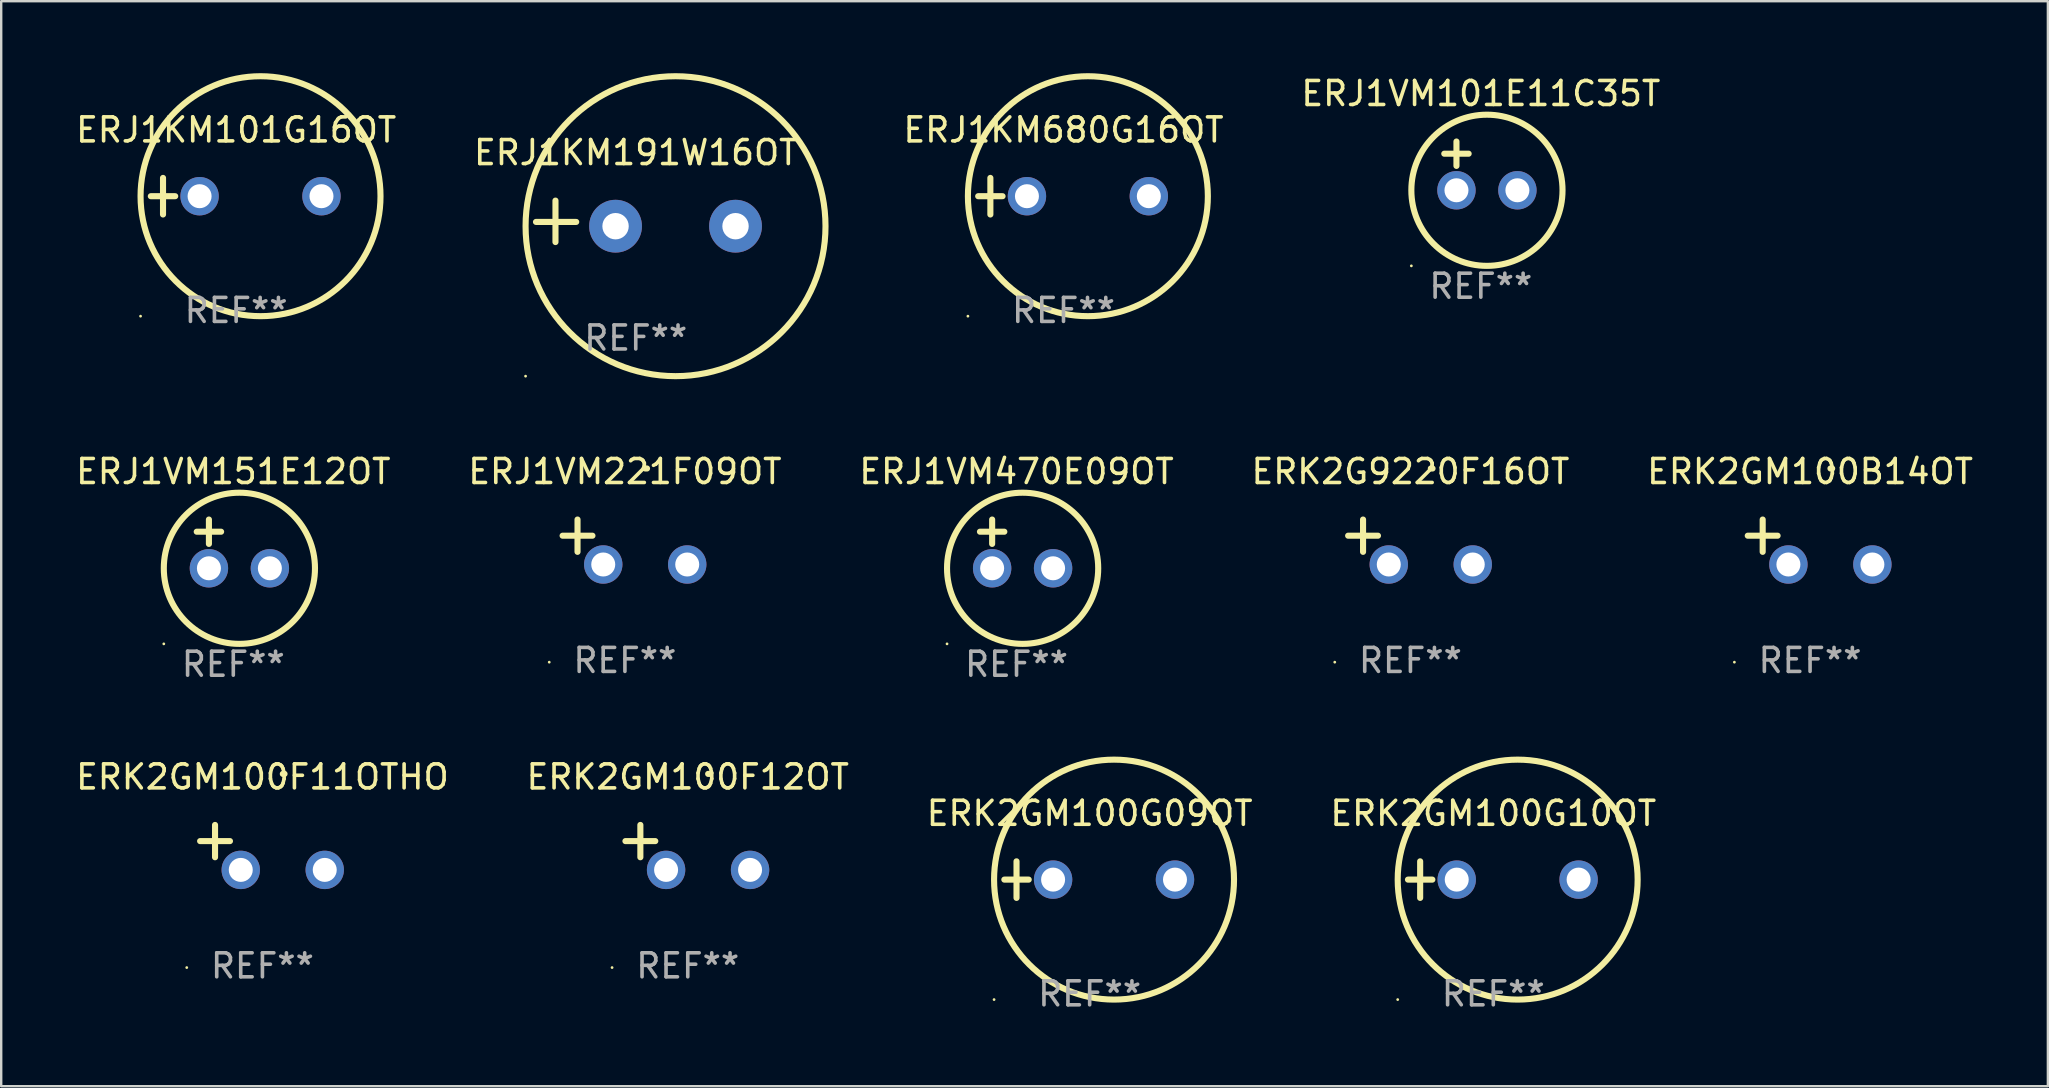
<source format=kicad_pcb>
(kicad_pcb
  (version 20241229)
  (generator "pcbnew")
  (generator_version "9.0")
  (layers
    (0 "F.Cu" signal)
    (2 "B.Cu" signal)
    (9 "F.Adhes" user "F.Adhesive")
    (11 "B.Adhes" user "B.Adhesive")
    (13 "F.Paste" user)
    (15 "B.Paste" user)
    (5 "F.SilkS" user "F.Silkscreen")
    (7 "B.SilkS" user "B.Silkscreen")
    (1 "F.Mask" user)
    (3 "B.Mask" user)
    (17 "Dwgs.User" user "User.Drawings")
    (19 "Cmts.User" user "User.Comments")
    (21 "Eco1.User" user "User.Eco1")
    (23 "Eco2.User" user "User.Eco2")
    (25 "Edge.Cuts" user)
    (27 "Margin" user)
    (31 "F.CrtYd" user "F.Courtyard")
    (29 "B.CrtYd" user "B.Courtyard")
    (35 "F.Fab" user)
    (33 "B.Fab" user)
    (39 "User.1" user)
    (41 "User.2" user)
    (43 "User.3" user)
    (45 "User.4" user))
  (footprint "ERJ1KM101G16OT"
    (layer "F.Cu")
    (at 6.792 5.127)
    (property "Reference" "ERJ1KM101G16OT" (at 0 -2.762 0) (layer "F.SilkS") (effects (font (size 1 1) (thickness 0.15))))
    (attr through_hole)
    (fp_line (start -3.556 0) (end -2.54 0) (stroke (width 0.254) (type solid)) (layer "F.SilkS"))
    (fp_line (start -3.048 -0.762) (end -3.048 0.762) (stroke (width 0.254) (type solid)) (layer "F.SilkS"))
    (fp_circle (center -3.984 5) (end -3.954 5) (stroke (width 0.06) (type solid)) (fill no) (layer "F.SilkS"))
    (fp_circle (center 1.016 0) (end 6.016 0) (stroke (width 0.254) (type solid)) (fill no) (layer "F.SilkS"))
    (fp_text user "REF**" (at 0 4.762 0) (layer "F.Fab") (effects (font (size 1 1) (thickness 0.15))))
    (pad "1" thru_hole circle (at -1.524 0) (size 1.6 1.6) (drill 1) (layers "*.Cu" "*.Mask"))
    (pad "2" thru_hole circle (at 3.556 0) (size 1.6 1.6) (drill 1) (layers "*.Cu" "*.Mask")))
  (footprint "ERK2GM100B14OT"
    (layer "F.Cu")
    (at 72.387 19.539)
    (property "Reference" "ERK2GM100B14OT" (at 0 -2.937 0) (layer "F.SilkS") (effects (font (size 1 1) (thickness 0.15))))
    (attr through_hole)
    (fp_line (start -1.975 0.41) (end -1.975 -0.937) (stroke (width 0.254) (type solid)) (layer "F.SilkS"))
    (fp_line (start -1.353 -0.263) (end -2.597 -0.263) (stroke (width 0.254) (type solid)) (layer "F.SilkS"))
    (fp_arc (start 0.849809 -3.063957) (mid 0.885369 -3.064114) (end 0.920929 -3.063957) (stroke (width 0.254001) (type solid)) (layer "F.SilkS"))
    (fp_circle (center -3.154 5.008) (end -3.124 5.008) (stroke (width 0.06) (type solid)) (fill no) (layer "F.SilkS"))
    (fp_text user "REF**" (at 0 4.937 0) (layer "F.Fab") (effects (font (size 1 1) (thickness 0.15))))
    (pad "1" thru_hole circle (at -0.903 0.937) (size 1.6 1.6) (drill 1) (layers "*.Cu" "*.Mask"))
    (pad "2" thru_hole circle (at 2.597 0.937) (size 1.6 1.6) (drill 1) (layers "*.Cu" "*.Mask")))
  (footprint "ERJ1VM221F09OT"
    (layer "F.Cu")
    (at 22.994 19.539)
    (property "Reference" "ERJ1VM221F09OT" (at 0 -2.937 0) (layer "F.SilkS") (effects (font (size 1 1) (thickness 0.15))))
    (attr through_hole)
    (fp_line (start -1.975 0.41) (end -1.975 -0.937) (stroke (width 0.254) (type solid)) (layer "F.SilkS"))
    (fp_line (start -1.353 -0.263) (end -2.597 -0.263) (stroke (width 0.254) (type solid)) (layer "F.SilkS"))
    (fp_arc (start 0.849809 -3.063957) (mid 0.885369 -3.064114) (end 0.920929 -3.063957) (stroke (width 0.254001) (type solid)) (layer "F.SilkS"))
    (fp_circle (center -3.154 5.008) (end -3.124 5.008) (stroke (width 0.06) (type solid)) (fill no) (layer "F.SilkS"))
    (fp_text user "REF**" (at 0 4.937 0) (layer "F.Fab") (effects (font (size 1 1) (thickness 0.15))))
    (pad "1" thru_hole circle (at -0.903 0.937) (size 1.6 1.6) (drill 1) (layers "*.Cu" "*.Mask"))
    (pad "2" thru_hole circle (at 2.597 0.937) (size 1.6 1.6) (drill 1) (layers "*.Cu" "*.Mask")))
  (footprint "ERK2G9220F16OT"
    (layer "F.Cu")
    (at 55.732 19.539)
    (property "Reference" "ERK2G9220F16OT" (at 0 -2.937 0) (layer "F.SilkS") (effects (font (size 1 1) (thickness 0.15))))
    (attr through_hole)
    (fp_line (start -1.975 0.41) (end -1.975 -0.937) (stroke (width 0.254) (type solid)) (layer "F.SilkS"))
    (fp_line (start -1.353 -0.263) (end -2.597 -0.263) (stroke (width 0.254) (type solid)) (layer "F.SilkS"))
    (fp_arc (start 0.849809 -3.063957) (mid 0.885369 -3.064114) (end 0.920929 -3.063957) (stroke (width 0.254001) (type solid)) (layer "F.SilkS"))
    (fp_circle (center -3.154 5.008) (end -3.124 5.008) (stroke (width 0.06) (type solid)) (fill no) (layer "F.SilkS"))
    (fp_text user "REF**" (at 0 4.937 0) (layer "F.Fab") (effects (font (size 1 1) (thickness 0.15))))
    (pad "1" thru_hole circle (at -0.903 0.937) (size 1.6 1.6) (drill 1) (layers "*.Cu" "*.Mask"))
    (pad "2" thru_hole circle (at 2.597 0.937) (size 1.6 1.6) (drill 1) (layers "*.Cu" "*.Mask")))
  (footprint "ERK2GM100G10OT"
    (layer "F.Cu")
    (at 59.185 33.609)
    (property "Reference" "ERK2GM100G10OT" (at 0 -2.762 0) (layer "F.SilkS") (effects (font (size 1 1) (thickness 0.15))))
    (attr through_hole)
    (fp_line (start -3.556 0) (end -2.54 0) (stroke (width 0.254) (type solid)) (layer "F.SilkS"))
    (fp_line (start -3.048 -0.762) (end -3.048 0.762) (stroke (width 0.254) (type solid)) (layer "F.SilkS"))
    (fp_circle (center -3.984 5) (end -3.954 5) (stroke (width 0.06) (type solid)) (fill no) (layer "F.SilkS"))
    (fp_circle (center 1.016 0) (end 6.016 0) (stroke (width 0.254) (type solid)) (fill no) (layer "F.SilkS"))
    (fp_text user "REF**" (at 0 4.762 0) (layer "F.Fab") (effects (font (size 1 1) (thickness 0.15))))
    (pad "1" thru_hole circle (at -1.524 0) (size 1.6 1.6) (drill 1) (layers "*.Cu" "*.Mask"))
    (pad "2" thru_hole circle (at 3.556 0) (size 1.6 1.6) (drill 1) (layers "*.Cu" "*.Mask")))
  (footprint "ERK2GM100F11OTHO"
    (layer "F.Cu")
    (at 7.887 32.267)
    (property "Reference" "ERK2GM100F11OTHO" (at 0 -2.937 0) (layer "F.SilkS") (effects (font (size 1 1) (thickness 0.15))))
    (attr through_hole)
    (fp_line (start -1.975 0.41) (end -1.975 -0.937) (stroke (width 0.254) (type solid)) (layer "F.SilkS"))
    (fp_line (start -1.353 -0.263) (end -2.597 -0.263) (stroke (width 0.254) (type solid)) (layer "F.SilkS"))
    (fp_arc (start 0.849809 -3.063957) (mid 0.885369 -3.064114) (end 0.920929 -3.063957) (stroke (width 0.254001) (type solid)) (layer "F.SilkS"))
    (fp_circle (center -3.154 5.008) (end -3.124 5.008) (stroke (width 0.06) (type solid)) (fill no) (layer "F.SilkS"))
    (fp_text user "REF**" (at 0 4.937 0) (layer "F.Fab") (effects (font (size 1 1) (thickness 0.15))))
    (pad "1" thru_hole circle (at -0.903 0.937) (size 1.6 1.6) (drill 1) (layers "*.Cu" "*.Mask"))
    (pad "2" thru_hole circle (at 2.597 0.937) (size 1.6 1.6) (drill 1) (layers "*.Cu" "*.Mask")))
  (footprint "ERJ1KM680G16OT"
    (layer "F.Cu")
    (at 41.273 5.127)
    (property "Reference" "ERJ1KM680G16OT" (at 0 -2.762 0) (layer "F.SilkS") (effects (font (size 1 1) (thickness 0.15))))
    (attr through_hole)
    (fp_line (start -3.556 0) (end -2.54 0) (stroke (width 0.254) (type solid)) (layer "F.SilkS"))
    (fp_line (start -3.048 -0.762) (end -3.048 0.762) (stroke (width 0.254) (type solid)) (layer "F.SilkS"))
    (fp_circle (center -3.984 5) (end -3.954 5) (stroke (width 0.06) (type solid)) (fill no) (layer "F.SilkS"))
    (fp_circle (center 1.016 0) (end 6.016 0) (stroke (width 0.254) (type solid)) (fill no) (layer "F.SilkS"))
    (fp_text user "REF**" (at 0 4.762 0) (layer "F.Fab") (effects (font (size 1 1) (thickness 0.15))))
    (pad "1" thru_hole circle (at -1.524 0) (size 1.6 1.6) (drill 1) (layers "*.Cu" "*.Mask"))
    (pad "2" thru_hole circle (at 3.556 0) (size 1.6 1.6) (drill 1) (layers "*.Cu" "*.Mask")))
  (footprint "ERK2GM100F12OT"
    (layer "F.Cu")
    (at 25.613 32.267)
    (property "Reference" "ERK2GM100F12OT" (at 0 -2.937 0) (layer "F.SilkS") (effects (font (size 1 1) (thickness 0.15))))
    (attr through_hole)
    (fp_line (start -1.975 0.41) (end -1.975 -0.937) (stroke (width 0.254) (type solid)) (layer "F.SilkS"))
    (fp_line (start -1.353 -0.263) (end -2.597 -0.263) (stroke (width 0.254) (type solid)) (layer "F.SilkS"))
    (fp_arc (start 0.849809 -3.063957) (mid 0.885369 -3.064114) (end 0.920929 -3.063957) (stroke (width 0.254001) (type solid)) (layer "F.SilkS"))
    (fp_circle (center -3.154 5.008) (end -3.124 5.008) (stroke (width 0.06) (type solid)) (fill no) (layer "F.SilkS"))
    (fp_text user "REF**" (at 0 4.937 0) (layer "F.Fab") (effects (font (size 1 1) (thickness 0.15))))
    (pad "1" thru_hole circle (at -0.903 0.937) (size 1.6 1.6) (drill 1) (layers "*.Cu" "*.Mask"))
    (pad "2" thru_hole circle (at 2.597 0.937) (size 1.6 1.6) (drill 1) (layers "*.Cu" "*.Mask")))
  (footprint "ERJ1VM151E12OT"
    (layer "F.Cu")
    (at 6.673 19.618)
    (property "Reference" "ERJ1VM151E12OT" (at 0 -3.016 0) (layer "F.SilkS") (effects (font (size 1 1) (thickness 0.15))))
    (attr through_hole)
    (fp_line (start -1.524 -0.508) (end -0.508 -0.508) (stroke (width 0.254) (type solid)) (layer "F.SilkS"))
    (fp_line (start -1.016 -1.016) (end -1.016 0) (stroke (width 0.254) (type solid)) (layer "F.SilkS"))
    (fp_circle (center -2.896 4.166) (end -2.866 4.166) (stroke (width 0.06) (type solid)) (fill no) (layer "F.SilkS"))
    (fp_circle (center 0.254 1.016) (end 3.404 1.016) (stroke (width 0.254) (type solid)) (fill no) (layer "F.SilkS"))
    (fp_text user "REF**" (at 0 5.016 0) (layer "F.Fab") (effects (font (size 1 1) (thickness 0.15))))
    (pad "1" thru_hole circle (at -1.016 1.016) (size 1.6 1.6) (drill 1) (layers "*.Cu" "*.Mask"))
    (pad "2" thru_hole circle (at 1.524 1.016) (size 1.6 1.6) (drill 1) (layers "*.Cu" "*.Mask")))
  (footprint "ERJ1VM470E09OT"
    (layer "F.Cu")
    (at 39.315 19.618)
    (property "Reference" "ERJ1VM470E09OT" (at 0 -3.016 0) (layer "F.SilkS") (effects (font (size 1 1) (thickness 0.15))))
    (attr through_hole)
    (fp_line (start -1.524 -0.508) (end -0.508 -0.508) (stroke (width 0.254) (type solid)) (layer "F.SilkS"))
    (fp_line (start -1.016 -1.016) (end -1.016 0) (stroke (width 0.254) (type solid)) (layer "F.SilkS"))
    (fp_circle (center -2.896 4.166) (end -2.866 4.166) (stroke (width 0.06) (type solid)) (fill no) (layer "F.SilkS"))
    (fp_circle (center 0.254 1.016) (end 3.404 1.016) (stroke (width 0.254) (type solid)) (fill no) (layer "F.SilkS"))
    (fp_text user "REF**" (at 0 5.016 0) (layer "F.Fab") (effects (font (size 1 1) (thickness 0.15))))
    (pad "1" thru_hole circle (at -1.016 1.016) (size 1.6 1.6) (drill 1) (layers "*.Cu" "*.Mask"))
    (pad "2" thru_hole circle (at 1.524 1.016) (size 1.6 1.6) (drill 1) (layers "*.Cu" "*.Mask")))
  (footprint "ERJ1VM101E11C35T"
    (layer "F.Cu")
    (at 58.666 3.864)
    (property "Reference" "ERJ1VM101E11C35T" (at 0 -3.016 0) (layer "F.SilkS") (effects (font (size 1 1) (thickness 0.15))))
    (attr through_hole)
    (fp_line (start -1.524 -0.508) (end -0.508 -0.508) (stroke (width 0.254) (type solid)) (layer "F.SilkS"))
    (fp_line (start -1.016 -1.016) (end -1.016 0) (stroke (width 0.254) (type solid)) (layer "F.SilkS"))
    (fp_circle (center -2.896 4.166) (end -2.866 4.166) (stroke (width 0.06) (type solid)) (fill no) (layer "F.SilkS"))
    (fp_circle (center 0.254 1.016) (end 3.404 1.016) (stroke (width 0.254) (type solid)) (fill no) (layer "F.SilkS"))
    (fp_text user "REF**" (at 0 5.016 0) (layer "F.Fab") (effects (font (size 1 1) (thickness 0.15))))
    (pad "1" thru_hole circle (at -1.016 1.016) (size 1.6 1.6) (drill 1) (layers "*.Cu" "*.Mask"))
    (pad "2" thru_hole circle (at 1.524 1.016) (size 1.6 1.6) (drill 1) (layers "*.Cu" "*.Mask")))
  (footprint "ERJ1KM191W16OT"
    (layer "F.Cu")
    (at 23.446 6.174)
    (property "Reference" "ERJ1KM191W16OT" (at 0 -2.864 0) (layer "F.SilkS") (effects (font (size 1 1) (thickness 0.15))))
    (attr through_hole)
    (fp_line (start -3.346 0.864) (end -3.346 -0.864) (stroke (width 0.254) (type solid)) (layer "F.SilkS"))
    (fp_line (start -2.482 0.025) (end -4.158 0.025) (stroke (width 0.254) (type solid)) (layer "F.SilkS"))
    (fp_circle (center -4.592 6.453) (end -4.562 6.453) (stroke (width 0.06) (type solid)) (fill no) (layer "F.SilkS"))
    (fp_circle (center 1.658 0.203) (end 7.908 0.203) (stroke (width 0.254) (type solid)) (fill no) (layer "F.SilkS"))
    (fp_text user "REF**" (at 0 4.864 0) (layer "F.Fab") (effects (font (size 1 1) (thickness 0.15))))
    (pad "1" thru_hole circle (at -0.842 0.203) (size 2.2 2.2) (drill 1.1) (layers "*.Cu" "*.Mask"))
    (pad "2" thru_hole circle (at 4.158 0.203) (size 2.2 2.2) (drill 1.1) (layers "*.Cu" "*.Mask")))
  (footprint "ERK2GM100G09OT"
    (layer "F.Cu")
    (at 42.363 33.609)
    (property "Reference" "ERK2GM100G09OT" (at 0 -2.762 0) (layer "F.SilkS") (effects (font (size 1 1) (thickness 0.15))))
    (attr through_hole)
    (fp_line (start -3.556 0) (end -2.54 0) (stroke (width 0.254) (type solid)) (layer "F.SilkS"))
    (fp_line (start -3.048 -0.762) (end -3.048 0.762) (stroke (width 0.254) (type solid)) (layer "F.SilkS"))
    (fp_circle (center -3.984 5) (end -3.954 5) (stroke (width 0.06) (type solid)) (fill no) (layer "F.SilkS"))
    (fp_circle (center 1.016 0) (end 6.016 0) (stroke (width 0.254) (type solid)) (fill no) (layer "F.SilkS"))
    (fp_text user "REF**" (at 0 4.762 0) (layer "F.Fab") (effects (font (size 1 1) (thickness 0.15))))
    (pad "1" thru_hole circle (at -1.524 0) (size 1.6 1.6) (drill 1) (layers "*.Cu" "*.Mask"))
    (pad "2" thru_hole circle (at 3.556 0) (size 1.6 1.6) (drill 1) (layers "*.Cu" "*.Mask")))
  (gr_rect
    (start -3 -3)
    (end 82.298 42.22)
    (stroke (width 0.1) (type default))
    (fill no)
    (layer "Edge.Cuts")))
</source>
